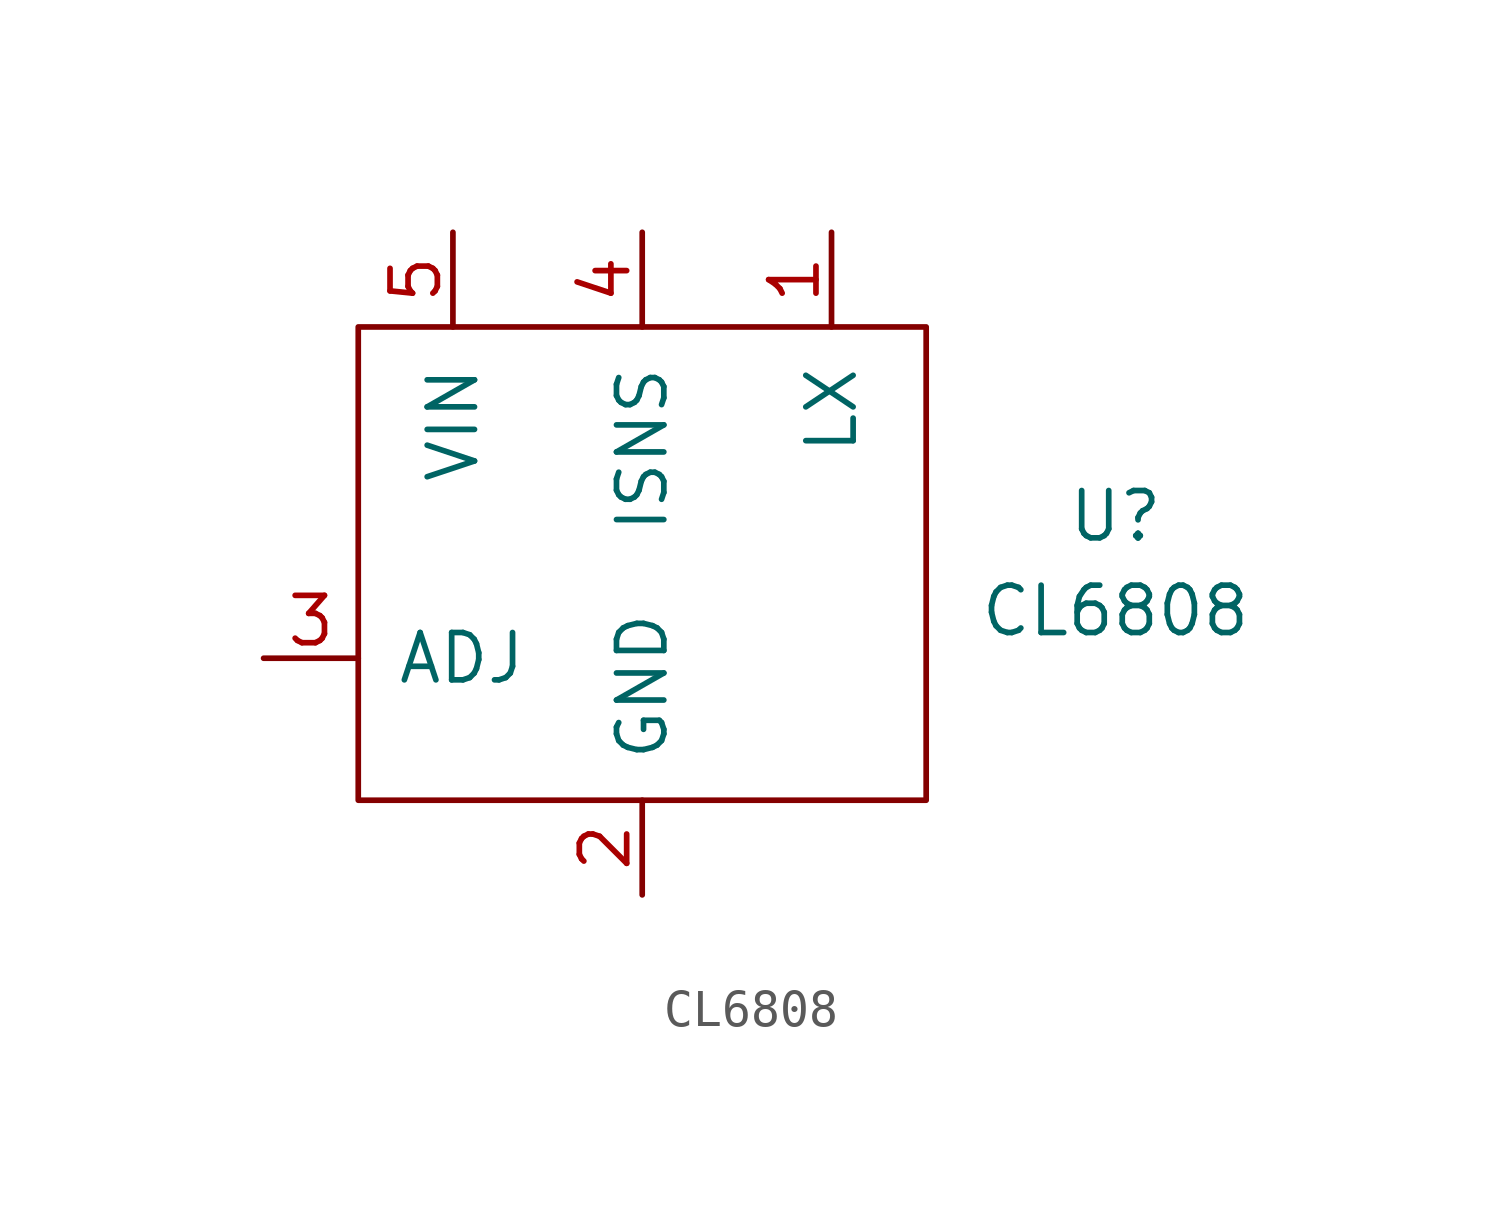
<source format=kicad_sym>
(kicad_symbol_lib
  (version 20211014)
  (generator kicad_symbol_editor)
  (symbol "CL6808"
    (pin_names
      (offset 1.016))
    (property "Reference" "U"
      (at 12.7 1.27 0)
      (effects (font (size 1.27 1.27))))
    (property "Value" "CL6808"
      (at 12.7 -1.27 0)
      (effects (font (size 1.27 1.27))))
    (symbol "CL6808_0_1"
      (rectangle (start 7.62 -6.35) (end -7.62 6.35) (stroke (width 0) (type default) (color 0 0 0 0)) (fill (type none))))
    (symbol "CL6808_1_1"
      (pin open_collector line (at 5.08 8.89 270) (length 2.54) (name "LX" (effects (font (size 1.27 1.27)))) (number "1" (effects (font (size 1.27 1.27)))))
      (pin power_in line (at 0 -8.89 90) (length 2.54) (name "GND" (effects (font (size 1.27 1.27)))) (number "2" (effects (font (size 1.27 1.27)))))
      (pin input line (at -10.16 -2.54 0) (length 2.54) (name "ADJ" (effects (font (size 1.27 1.27)))) (number "3" (effects (font (size 1.27 1.27)))))
      (pin input line (at 0 8.89 270) (length 2.54) (name "ISNS" (effects (font (size 1.27 1.27)))) (number "4" (effects (font (size 1.27 1.27)))))
      (pin power_in line (at -5.08 8.89 270) (length 2.54) (name "VIN" (effects (font (size 1.27 1.27)))) (number "5" (effects (font (size 1.27 1.27))))))))
</source>
